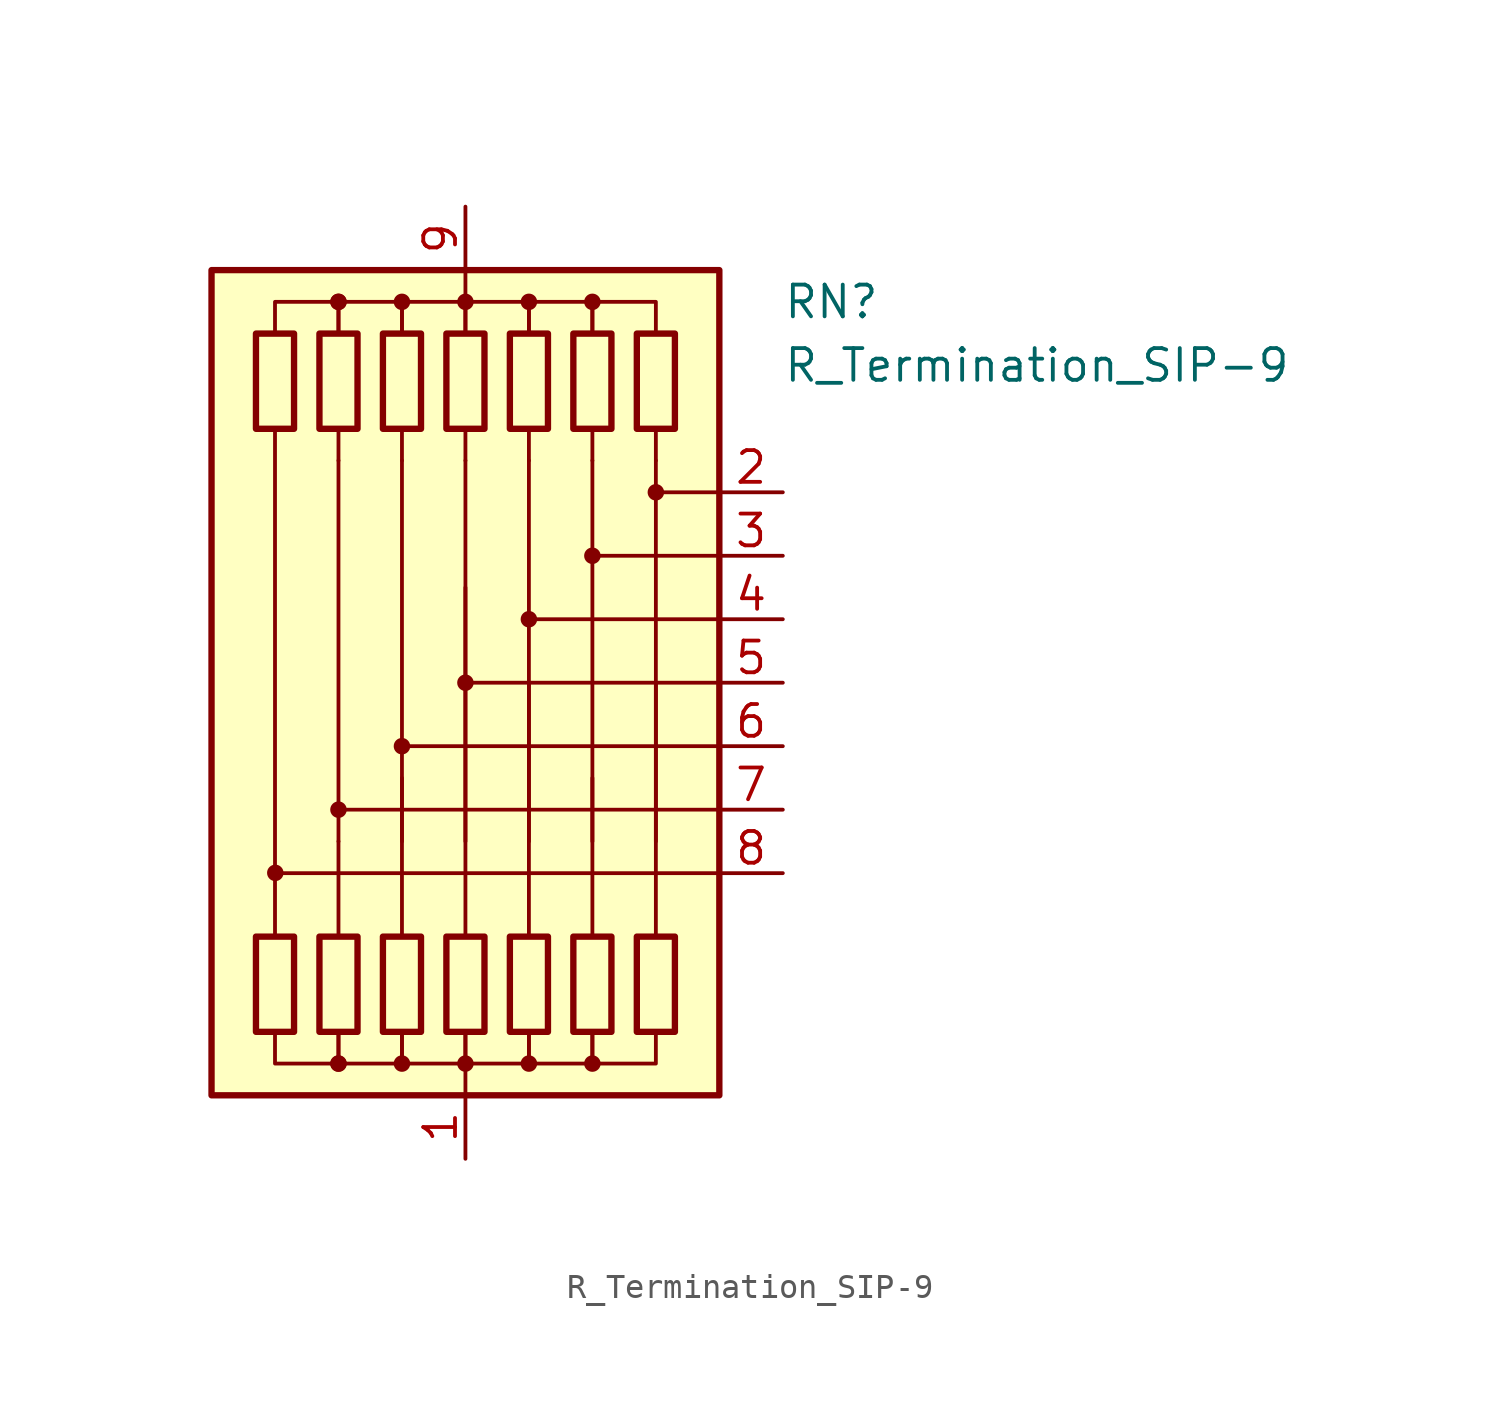
<source format=kicad_sym>
(kicad_symbol_lib
  (version 20220914)
  (generator kicad_symbol_editor)
  (symbol "R_Termination_SIP-9"
    (pin_names
      (offset 0.002) hide)
    (property "Reference" "RN"
      (at 12.7 15.24 0)
      (effects (font (size 1.27 1.27)) (justify left)))
    (property "Value" "R_Termination_SIP-9"
      (at 12.7 12.7 0)
      (effects (font (size 1.27 1.27)) (justify left)))
    (symbol "R_Termination_SIP-9_0_1"
      (rectangle (start -10.16 16.51) (end 10.16 -16.51) (stroke (width 0.254) (type default)) (fill (type background)))
      (rectangle (start -8.382 13.97) (end -6.858 10.16) (stroke (width 0.254) (type default)) (fill (type none)))
      (circle (center -7.608 -7.609) (radius 0.254) (stroke (width 0) (type default)) (fill (type outline)))
      (rectangle (start -6.858 -13.97) (end -8.382 -10.16) (stroke (width 0.254) (type default)) (fill (type none)))
      (rectangle (start -5.842 13.97) (end -4.318 10.16) (stroke (width 0.254) (type default)) (fill (type none)))
      (circle (center -5.08 -15.24) (radius 0.254) (stroke (width 0) (type default)) (fill (type outline)))
      (circle (center -5.08 -15.24) (radius 0.254) (stroke (width 0) (type default)) (fill (type outline)))
      (circle (center -5.08 -5.08) (radius 0.254) (stroke (width 0) (type default)) (fill (type outline)))
      (circle (center -5.08 15.24) (radius 0.254) (stroke (width 0) (type default)) (fill (type outline)))
      (circle (center -5.08 15.24) (radius 0.254) (stroke (width 0) (type default)) (fill (type outline)))
      (rectangle (start -4.318 -13.97) (end -5.842 -10.16) (stroke (width 0.254) (type default)) (fill (type none)))
      (rectangle (start -3.302 13.97) (end -1.778 10.16) (stroke (width 0.254) (type default)) (fill (type none)))
      (circle (center -2.54 -15.24) (radius 0.254) (stroke (width 0) (type default)) (fill (type outline)))
      (circle (center -2.54 -2.54) (radius 0.254) (stroke (width 0) (type default)) (fill (type outline)))
      (circle (center -2.54 15.24) (radius 0.254) (stroke (width 0) (type default)) (fill (type outline)))
      (rectangle (start -1.778 -13.97) (end -3.302 -10.16) (stroke (width 0.254) (type default)) (fill (type none)))
      (rectangle (start -0.762 13.97) (end 0.762 10.16) (stroke (width 0.254) (type default)) (fill (type none)))
      (circle (center 0 -15.24) (radius 0.254) (stroke (width 0) (type default)) (fill (type outline)))
      (polyline (pts (xy -7.62 10.16) (xy -7.62 -10.16)) (stroke (width 0) (type default)) (fill (type none)))
      (polyline (pts (xy -5.08 -10.16) (xy -5.08 -6.35)) (stroke (width 0) (type default)) (fill (type none)))
      (polyline (pts (xy -5.08 8.89) (xy -5.08 -6.35)) (stroke (width 0.152) (type default)) (fill (type none)))
      (polyline (pts (xy -5.08 10.16) (xy -5.08 8.89)) (stroke (width 0) (type default)) (fill (type none)))
      (polyline (pts (xy -2.54 -10.16) (xy -2.54 -3.81)) (stroke (width 0) (type default)) (fill (type none)))
      (polyline (pts (xy -2.54 8.89) (xy -2.54 -6.35)) (stroke (width 0.152) (type default)) (fill (type none)))
      (polyline (pts (xy -2.54 10.16) (xy -2.54 8.89)) (stroke (width 0) (type default)) (fill (type none)))
      (polyline (pts (xy 0 -16.51) (xy 0 -15.24)) (stroke (width 0) (type default)) (fill (type none)))
      (polyline (pts (xy 0 -10.16) (xy 0 3.81)) (stroke (width 0) (type default)) (fill (type none)))
      (polyline (pts (xy 0 8.89) (xy 0 -6.35)) (stroke (width 0.152) (type default)) (fill (type none)))
      (polyline (pts (xy 0 10.16) (xy 0 8.89)) (stroke (width 0) (type default)) (fill (type none)))
      (polyline (pts (xy 0 16.51) (xy 0 15.24)) (stroke (width 0) (type default)) (fill (type none)))
      (polyline (pts (xy 2.54 -10.16) (xy 2.54 0)) (stroke (width 0) (type default)) (fill (type none)))
      (polyline (pts (xy 2.54 8.89) (xy 2.54 -6.35)) (stroke (width 0.152) (type default)) (fill (type none)))
      (polyline (pts (xy 2.54 10.16) (xy 2.54 8.89)) (stroke (width 0) (type default)) (fill (type none)))
      (polyline (pts (xy 5.08 -10.16) (xy 5.08 -3.81)) (stroke (width 0) (type default)) (fill (type none)))
      (polyline (pts (xy 5.08 8.89) (xy 5.08 -6.35)) (stroke (width 0.152) (type default)) (fill (type none)))
      (polyline (pts (xy 5.08 10.16) (xy 5.08 8.89)) (stroke (width 0) (type default)) (fill (type none)))
      (polyline (pts (xy 7.62 -10.16) (xy 7.62 0)) (stroke (width 0) (type default)) (fill (type none)))
      (polyline (pts (xy 7.62 8.89) (xy 7.62 -6.35)) (stroke (width 0.152) (type default)) (fill (type none)))
      (polyline (pts (xy 7.62 10.16) (xy 7.62 8.89)) (stroke (width 0) (type default)) (fill (type none)))
      (polyline (pts (xy 10.16 -7.62) (xy -7.62 -7.62)) (stroke (width 0.152) (type default)) (fill (type none)))
      (polyline (pts (xy 10.16 -5.08) (xy -5.08 -5.08)) (stroke (width 0.152) (type default)) (fill (type none)))
      (polyline (pts (xy 10.16 -2.54) (xy -2.54 -2.54)) (stroke (width 0.152) (type default)) (fill (type none)))
      (polyline (pts (xy 10.16 0) (xy 0 0)) (stroke (width 0.152) (type default)) (fill (type none)))
      (polyline (pts (xy 10.16 2.54) (xy 2.54 2.54)) (stroke (width 0.152) (type default)) (fill (type none)))
      (polyline (pts (xy 10.16 5.08) (xy 5.08 5.08)) (stroke (width 0.152) (type default)) (fill (type none)))
      (polyline (pts (xy 10.16 7.62) (xy 7.62 7.62)) (stroke (width 0.152) (type default)) (fill (type none)))
      (polyline (pts (xy -7.62 13.97) (xy -7.62 15.24) (xy -5.08 15.24) (xy -5.08 13.97)) (stroke (width 0) (type default)) (fill (type none)))
      (polyline (pts (xy -5.08 -13.97) (xy -5.08 -15.24) (xy -7.62 -15.24) (xy -7.62 -13.97)) (stroke (width 0) (type default)) (fill (type none)))
      (polyline (pts (xy -5.08 13.97) (xy -5.08 15.24) (xy -2.54 15.24) (xy -2.54 13.97)) (stroke (width 0) (type default)) (fill (type none)))
      (polyline (pts (xy -2.54 -13.97) (xy -2.54 -15.24) (xy -5.08 -15.24) (xy -5.08 -13.97)) (stroke (width 0) (type default)) (fill (type none)))
      (polyline (pts (xy -2.54 13.97) (xy -2.54 15.24) (xy 0 15.24) (xy 0 13.97)) (stroke (width 0) (type default)) (fill (type none)))
      (polyline (pts (xy 0 -13.97) (xy 0 -15.24) (xy -2.54 -15.24) (xy -2.54 -13.97)) (stroke (width 0) (type default)) (fill (type none)))
      (polyline (pts (xy 0 13.97) (xy 0 15.24) (xy 2.54 15.24) (xy 2.54 13.97)) (stroke (width 0) (type default)) (fill (type none)))
      (polyline (pts (xy 2.54 -13.97) (xy 2.54 -15.24) (xy 0 -15.24) (xy 0 -13.97)) (stroke (width 0) (type default)) (fill (type none)))
      (polyline (pts (xy 2.54 13.97) (xy 2.54 15.24) (xy 5.08 15.24) (xy 5.08 13.97)) (stroke (width 0) (type default)) (fill (type none)))
      (polyline (pts (xy 5.08 -13.97) (xy 5.08 -15.24) (xy 2.54 -15.24) (xy 2.54 -13.97)) (stroke (width 0) (type default)) (fill (type none)))
      (polyline (pts (xy 5.08 13.97) (xy 5.08 15.24) (xy 7.62 15.24) (xy 7.62 13.97)) (stroke (width 0) (type default)) (fill (type none)))
      (polyline (pts (xy 7.62 -13.97) (xy 7.62 -15.24) (xy 5.08 -15.24) (xy 5.08 -13.97)) (stroke (width 0) (type default)) (fill (type none)))
      (circle (center 0 0) (radius 0.254) (stroke (width 0) (type default)) (fill (type outline)))
      (circle (center 0 15.24) (radius 0.254) (stroke (width 0) (type default)) (fill (type outline)))
      (rectangle (start 0.762 -13.97) (end -0.762 -10.16) (stroke (width 0.254) (type default)) (fill (type none)))
      (rectangle (start 1.778 13.97) (end 3.302 10.16) (stroke (width 0.254) (type default)) (fill (type none)))
      (circle (center 2.54 -15.24) (radius 0.254) (stroke (width 0) (type default)) (fill (type outline)))
      (circle (center 2.54 2.54) (radius 0.254) (stroke (width 0) (type default)) (fill (type outline)))
      (circle (center 2.54 15.24) (radius 0.254) (stroke (width 0) (type default)) (fill (type outline)))
      (rectangle (start 3.302 -13.97) (end 1.778 -10.16) (stroke (width 0.254) (type default)) (fill (type none)))
      (rectangle (start 4.318 13.97) (end 5.842 10.16) (stroke (width 0.254) (type default)) (fill (type none)))
      (circle (center 5.08 -15.24) (radius 0.254) (stroke (width 0) (type default)) (fill (type outline)))
      (circle (center 5.08 5.08) (radius 0.254) (stroke (width 0) (type default)) (fill (type outline)))
      (circle (center 5.08 15.24) (radius 0.254) (stroke (width 0) (type default)) (fill (type outline)))
      (rectangle (start 5.842 -13.97) (end 4.318 -10.16) (stroke (width 0.254) (type default)) (fill (type none)))
      (rectangle (start 6.858 13.97) (end 8.382 10.16) (stroke (width 0.254) (type default)) (fill (type none)))
      (circle (center 7.62 7.62) (radius 0.254) (stroke (width 0) (type default)) (fill (type outline)))
      (rectangle (start 8.382 -13.97) (end 6.858 -10.16) (stroke (width 0.254) (type default)) (fill (type none))))
    (symbol "R_Termination_SIP-9_1_1"
      (pin passive line (at 0 -19.05 90) (length 2.54) (name "common" (effects (font (size 1.27 1.27)))) (number "1" (effects (font (size 1.27 1.27)))))
      (pin passive line (at 12.7 7.62 180) (length 2.54) (name "R2" (effects (font (size 1.27 1.27)))) (number "2" (effects (font (size 1.27 1.27)))))
      (pin passive line (at 12.7 5.08 180) (length 2.54) (name "R3" (effects (font (size 1.27 1.27)))) (number "3" (effects (font (size 1.27 1.27)))))
      (pin passive line (at 12.7 2.54 180) (length 2.54) (name "R4" (effects (font (size 1.27 1.27)))) (number "4" (effects (font (size 1.27 1.27)))))
      (pin passive line (at 12.7 0 180) (length 2.54) (name "R5" (effects (font (size 1.27 1.27)))) (number "5" (effects (font (size 1.27 1.27)))))
      (pin passive line (at 12.7 -2.54 180) (length 2.54) (name "R6" (effects (font (size 1.27 1.27)))) (number "6" (effects (font (size 1.27 1.27)))))
      (pin passive line (at 12.7 -5.08 180) (length 2.54) (name "R7" (effects (font (size 1.27 1.27)))) (number "7" (effects (font (size 1.27 1.27)))))
      (pin passive line (at 12.7 -7.62 180) (length 2.54) (name "R8" (effects (font (size 1.27 1.27)))) (number "8" (effects (font (size 1.27 1.27)))))
      (pin passive line (at 0 19.05 270) (length 2.54) (name "common" (effects (font (size 1.27 1.27)))) (number "9" (effects (font (size 1.27 1.27))))))))
</source>
